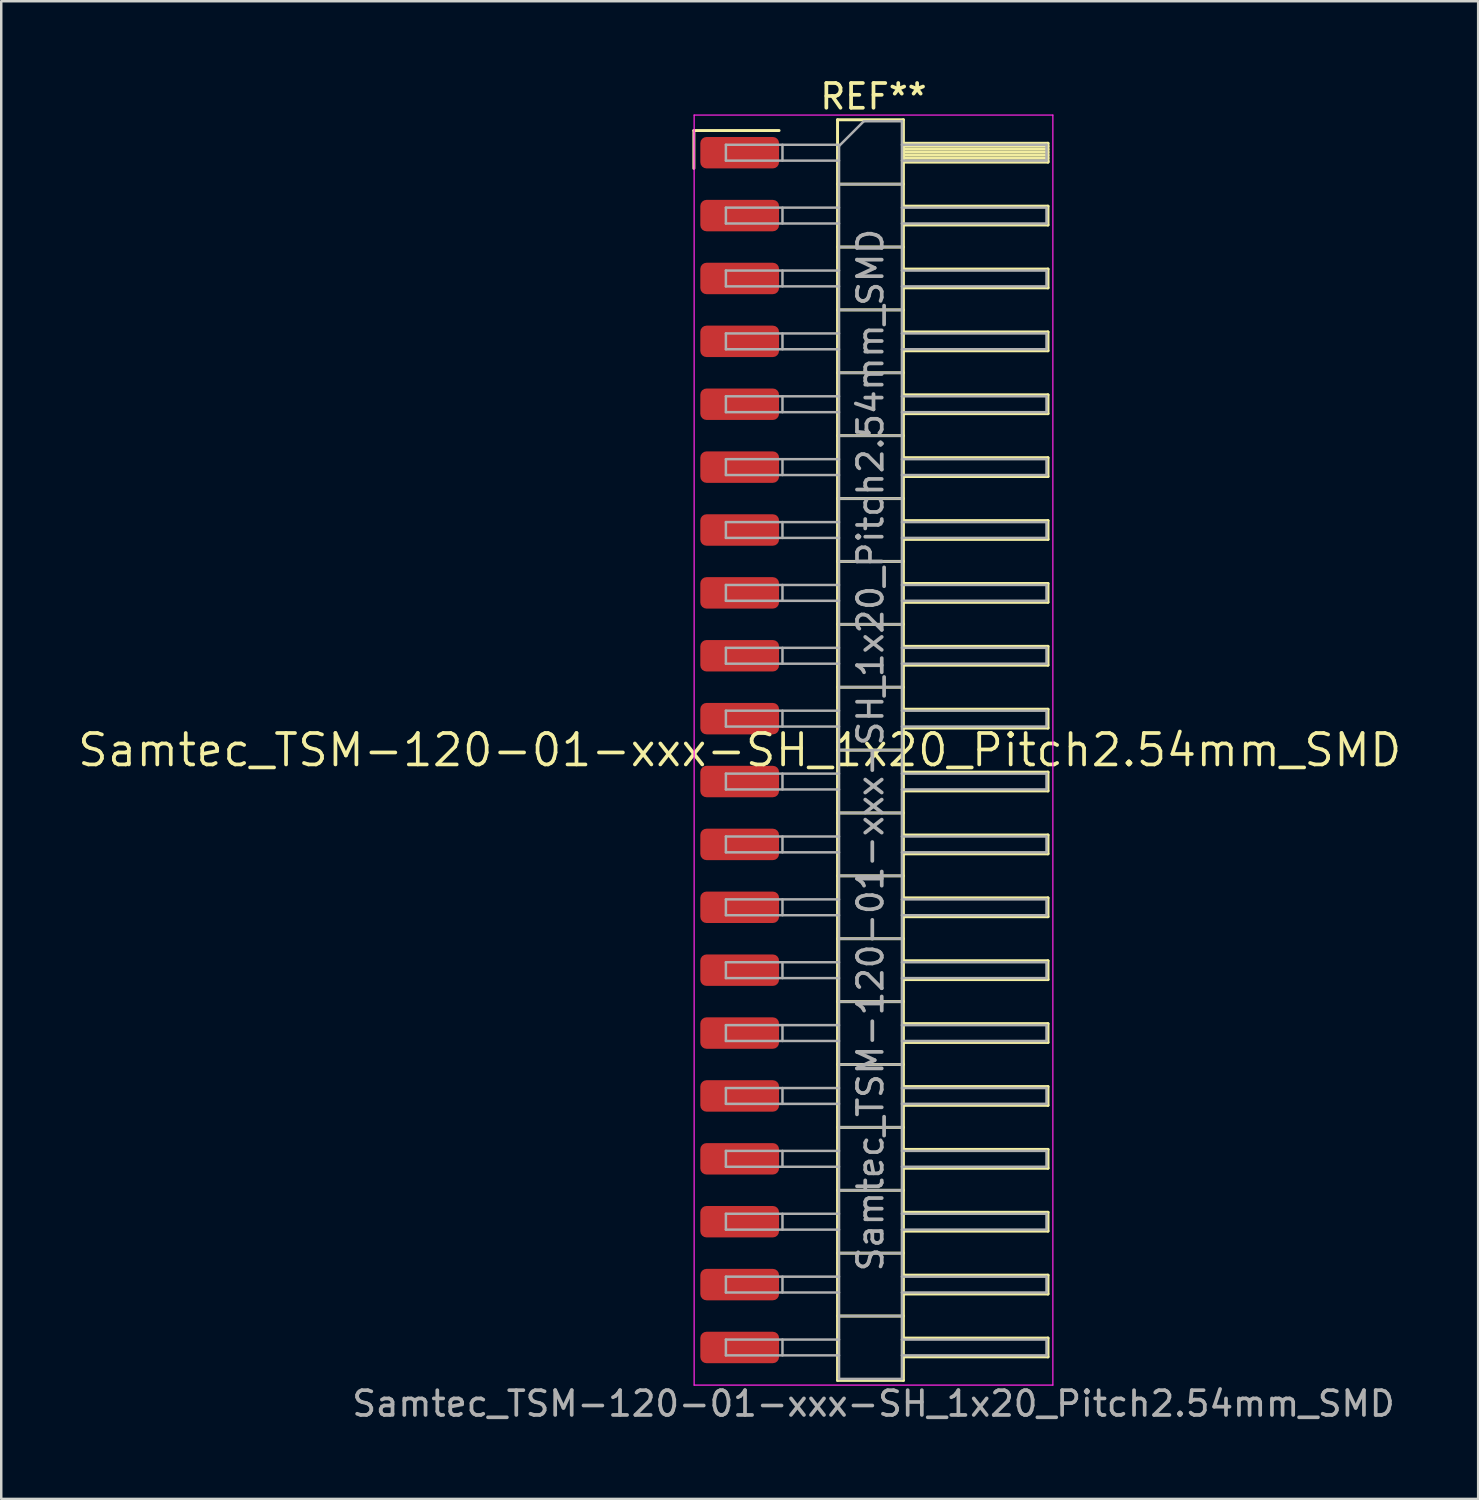
<source format=kicad_pcb>
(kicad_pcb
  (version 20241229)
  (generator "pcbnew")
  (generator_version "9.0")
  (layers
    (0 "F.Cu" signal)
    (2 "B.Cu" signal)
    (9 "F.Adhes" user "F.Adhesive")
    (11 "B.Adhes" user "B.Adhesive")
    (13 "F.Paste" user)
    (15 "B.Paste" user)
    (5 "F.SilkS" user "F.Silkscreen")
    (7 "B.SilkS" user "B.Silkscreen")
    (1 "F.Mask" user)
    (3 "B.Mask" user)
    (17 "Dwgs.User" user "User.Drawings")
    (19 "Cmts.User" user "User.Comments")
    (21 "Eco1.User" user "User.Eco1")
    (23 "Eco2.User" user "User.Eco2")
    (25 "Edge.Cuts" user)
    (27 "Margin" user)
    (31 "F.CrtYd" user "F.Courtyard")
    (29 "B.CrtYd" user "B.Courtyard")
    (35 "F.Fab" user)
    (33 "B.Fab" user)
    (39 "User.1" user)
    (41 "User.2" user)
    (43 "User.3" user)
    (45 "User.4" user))
  (footprint "Samtec_TSM-120-01-xxx-SH_1x20_Pitch2.54mm_SMD"
    (layer "F.Cu")
    (at 26.828 27.248)
    (property "Reference" "Samtec_TSM-120-01-xxx-SH_1x20_Pitch2.54mm_SMD" (at 0 0 0) (layer "F.SilkS") (effects (font (size 1.27 1.27) (thickness 0.15))))
    (attr smd)
    (fp_line (start -1.85 -25.025) (end 1.59 -25.025) (stroke (width 0.12) (type solid)) (layer "F.SilkS"))
    (fp_line (start -1.85 -23.495) (end -1.85 -25.025) (stroke (width 0.12) (type solid)) (layer "F.SilkS"))
    (fp_line (start 3.953 -25.46) (end 6.613 -25.46) (stroke (width 0.12) (type solid)) (layer "F.SilkS"))
    (fp_line (start 3.953 -22.86) (end 6.613 -22.86) (stroke (width 0.12) (type solid)) (layer "F.SilkS"))
    (fp_line (start 3.953 -20.32) (end 6.613 -20.32) (stroke (width 0.12) (type solid)) (layer "F.SilkS"))
    (fp_line (start 3.953 -17.78) (end 6.613 -17.78) (stroke (width 0.12) (type solid)) (layer "F.SilkS"))
    (fp_line (start 3.953 -15.24) (end 6.613 -15.24) (stroke (width 0.12) (type solid)) (layer "F.SilkS"))
    (fp_line (start 3.953 -12.7) (end 6.613 -12.7) (stroke (width 0.12) (type solid)) (layer "F.SilkS"))
    (fp_line (start 3.953 -10.16) (end 6.613 -10.16) (stroke (width 0.12) (type solid)) (layer "F.SilkS"))
    (fp_line (start 3.953 -7.62) (end 6.613 -7.62) (stroke (width 0.12) (type solid)) (layer "F.SilkS"))
    (fp_line (start 3.953 -5.08) (end 6.613 -5.08) (stroke (width 0.12) (type solid)) (layer "F.SilkS"))
    (fp_line (start 3.953 -2.54) (end 6.613 -2.54) (stroke (width 0.12) (type solid)) (layer "F.SilkS"))
    (fp_line (start 3.953 0) (end 6.613 0) (stroke (width 0.12) (type solid)) (layer "F.SilkS"))
    (fp_line (start 3.953 2.54) (end 6.613 2.54) (stroke (width 0.12) (type solid)) (layer "F.SilkS"))
    (fp_line (start 3.953 5.08) (end 6.613 5.08) (stroke (width 0.12) (type solid)) (layer "F.SilkS"))
    (fp_line (start 3.953 7.62) (end 6.613 7.62) (stroke (width 0.12) (type solid)) (layer "F.SilkS"))
    (fp_line (start 3.953 10.16) (end 6.613 10.16) (stroke (width 0.12) (type solid)) (layer "F.SilkS"))
    (fp_line (start 3.953 12.7) (end 6.613 12.7) (stroke (width 0.12) (type solid)) (layer "F.SilkS"))
    (fp_line (start 3.953 15.24) (end 6.613 15.24) (stroke (width 0.12) (type solid)) (layer "F.SilkS"))
    (fp_line (start 3.953 17.78) (end 6.613 17.78) (stroke (width 0.12) (type solid)) (layer "F.SilkS"))
    (fp_line (start 3.953 20.32) (end 6.613 20.32) (stroke (width 0.12) (type solid)) (layer "F.SilkS"))
    (fp_line (start 3.953 22.86) (end 6.613 22.86) (stroke (width 0.12) (type solid)) (layer "F.SilkS"))
    (fp_line (start 3.953 25.46) (end 3.953 -25.46) (stroke (width 0.12) (type solid)) (layer "F.SilkS"))
    (fp_line (start 6.613 -25.46) (end 6.613 25.46) (stroke (width 0.12) (type solid)) (layer "F.SilkS"))
    (fp_line (start 6.613 -24.51) (end 12.453 -24.51) (stroke (width 0.12) (type solid)) (layer "F.SilkS"))
    (fp_line (start 6.613 -24.39) (end 12.453 -24.39) (stroke (width 0.12) (type solid)) (layer "F.SilkS"))
    (fp_line (start 6.613 -24.27) (end 12.453 -24.27) (stroke (width 0.12) (type solid)) (layer "F.SilkS"))
    (fp_line (start 6.613 -24.15) (end 12.453 -24.15) (stroke (width 0.12) (type solid)) (layer "F.SilkS"))
    (fp_line (start 6.613 -24.03) (end 12.453 -24.03) (stroke (width 0.12) (type solid)) (layer "F.SilkS"))
    (fp_line (start 6.613 -23.91) (end 12.453 -23.91) (stroke (width 0.12) (type solid)) (layer "F.SilkS"))
    (fp_line (start 6.613 -23.79) (end 12.453 -23.79) (stroke (width 0.12) (type solid)) (layer "F.SilkS"))
    (fp_line (start 6.613 -23.75) (end 12.453 -23.75) (stroke (width 0.12) (type solid)) (layer "F.SilkS"))
    (fp_line (start 6.613 -21.97) (end 12.453 -21.97) (stroke (width 0.12) (type solid)) (layer "F.SilkS"))
    (fp_line (start 6.613 -21.21) (end 12.453 -21.21) (stroke (width 0.12) (type solid)) (layer "F.SilkS"))
    (fp_line (start 6.613 -19.43) (end 12.453 -19.43) (stroke (width 0.12) (type solid)) (layer "F.SilkS"))
    (fp_line (start 6.613 -18.67) (end 12.453 -18.67) (stroke (width 0.12) (type solid)) (layer "F.SilkS"))
    (fp_line (start 6.613 -16.89) (end 12.453 -16.89) (stroke (width 0.12) (type solid)) (layer "F.SilkS"))
    (fp_line (start 6.613 -16.13) (end 12.453 -16.13) (stroke (width 0.12) (type solid)) (layer "F.SilkS"))
    (fp_line (start 6.613 -14.35) (end 12.453 -14.35) (stroke (width 0.12) (type solid)) (layer "F.SilkS"))
    (fp_line (start 6.613 -13.59) (end 12.453 -13.59) (stroke (width 0.12) (type solid)) (layer "F.SilkS"))
    (fp_line (start 6.613 -11.81) (end 12.453 -11.81) (stroke (width 0.12) (type solid)) (layer "F.SilkS"))
    (fp_line (start 6.613 -11.05) (end 12.453 -11.05) (stroke (width 0.12) (type solid)) (layer "F.SilkS"))
    (fp_line (start 6.613 -9.27) (end 12.453 -9.27) (stroke (width 0.12) (type solid)) (layer "F.SilkS"))
    (fp_line (start 6.613 -8.51) (end 12.453 -8.51) (stroke (width 0.12) (type solid)) (layer "F.SilkS"))
    (fp_line (start 6.613 -6.73) (end 12.453 -6.73) (stroke (width 0.12) (type solid)) (layer "F.SilkS"))
    (fp_line (start 6.613 -5.97) (end 12.453 -5.97) (stroke (width 0.12) (type solid)) (layer "F.SilkS"))
    (fp_line (start 6.613 -4.19) (end 12.453 -4.19) (stroke (width 0.12) (type solid)) (layer "F.SilkS"))
    (fp_line (start 6.613 -3.43) (end 12.453 -3.43) (stroke (width 0.12) (type solid)) (layer "F.SilkS"))
    (fp_line (start 6.613 -1.65) (end 12.453 -1.65) (stroke (width 0.12) (type solid)) (layer "F.SilkS"))
    (fp_line (start 6.613 -0.89) (end 12.453 -0.89) (stroke (width 0.12) (type solid)) (layer "F.SilkS"))
    (fp_line (start 6.613 0.89) (end 12.453 0.89) (stroke (width 0.12) (type solid)) (layer "F.SilkS"))
    (fp_line (start 6.613 1.65) (end 12.453 1.65) (stroke (width 0.12) (type solid)) (layer "F.SilkS"))
    (fp_line (start 6.613 3.43) (end 12.453 3.43) (stroke (width 0.12) (type solid)) (layer "F.SilkS"))
    (fp_line (start 6.613 4.19) (end 12.453 4.19) (stroke (width 0.12) (type solid)) (layer "F.SilkS"))
    (fp_line (start 6.613 5.97) (end 12.453 5.97) (stroke (width 0.12) (type solid)) (layer "F.SilkS"))
    (fp_line (start 6.613 6.73) (end 12.453 6.73) (stroke (width 0.12) (type solid)) (layer "F.SilkS"))
    (fp_line (start 6.613 8.51) (end 12.453 8.51) (stroke (width 0.12) (type solid)) (layer "F.SilkS"))
    (fp_line (start 6.613 9.27) (end 12.453 9.27) (stroke (width 0.12) (type solid)) (layer "F.SilkS"))
    (fp_line (start 6.613 11.05) (end 12.453 11.05) (stroke (width 0.12) (type solid)) (layer "F.SilkS"))
    (fp_line (start 6.613 11.81) (end 12.453 11.81) (stroke (width 0.12) (type solid)) (layer "F.SilkS"))
    (fp_line (start 6.613 13.59) (end 12.453 13.59) (stroke (width 0.12) (type solid)) (layer "F.SilkS"))
    (fp_line (start 6.613 14.35) (end 12.453 14.35) (stroke (width 0.12) (type solid)) (layer "F.SilkS"))
    (fp_line (start 6.613 16.13) (end 12.453 16.13) (stroke (width 0.12) (type solid)) (layer "F.SilkS"))
    (fp_line (start 6.613 16.89) (end 12.453 16.89) (stroke (width 0.12) (type solid)) (layer "F.SilkS"))
    (fp_line (start 6.613 18.67) (end 12.453 18.67) (stroke (width 0.12) (type solid)) (layer "F.SilkS"))
    (fp_line (start 6.613 19.43) (end 12.453 19.43) (stroke (width 0.12) (type solid)) (layer "F.SilkS"))
    (fp_line (start 6.613 21.21) (end 12.453 21.21) (stroke (width 0.12) (type solid)) (layer "F.SilkS"))
    (fp_line (start 6.613 21.97) (end 12.453 21.97) (stroke (width 0.12) (type solid)) (layer "F.SilkS"))
    (fp_line (start 6.613 23.75) (end 12.453 23.75) (stroke (width 0.12) (type solid)) (layer "F.SilkS"))
    (fp_line (start 6.613 24.51) (end 12.453 24.51) (stroke (width 0.12) (type solid)) (layer "F.SilkS"))
    (fp_line (start 6.613 25.46) (end 3.953 25.46) (stroke (width 0.12) (type solid)) (layer "F.SilkS"))
    (fp_line (start 12.453 -24.51) (end 12.453 -23.75) (stroke (width 0.12) (type solid)) (layer "F.SilkS"))
    (fp_line (start 12.453 -21.97) (end 12.453 -21.21) (stroke (width 0.12) (type solid)) (layer "F.SilkS"))
    (fp_line (start 12.453 -19.43) (end 12.453 -18.67) (stroke (width 0.12) (type solid)) (layer "F.SilkS"))
    (fp_line (start 12.453 -16.89) (end 12.453 -16.13) (stroke (width 0.12) (type solid)) (layer "F.SilkS"))
    (fp_line (start 12.453 -14.35) (end 12.453 -13.59) (stroke (width 0.12) (type solid)) (layer "F.SilkS"))
    (fp_line (start 12.453 -11.81) (end 12.453 -11.05) (stroke (width 0.12) (type solid)) (layer "F.SilkS"))
    (fp_line (start 12.453 -9.27) (end 12.453 -8.51) (stroke (width 0.12) (type solid)) (layer "F.SilkS"))
    (fp_line (start 12.453 -6.73) (end 12.453 -5.97) (stroke (width 0.12) (type solid)) (layer "F.SilkS"))
    (fp_line (start 12.453 -4.19) (end 12.453 -3.43) (stroke (width 0.12) (type solid)) (layer "F.SilkS"))
    (fp_line (start 12.453 -1.65) (end 12.453 -0.89) (stroke (width 0.12) (type solid)) (layer "F.SilkS"))
    (fp_line (start 12.453 0.89) (end 12.453 1.65) (stroke (width 0.12) (type solid)) (layer "F.SilkS"))
    (fp_line (start 12.453 3.43) (end 12.453 4.19) (stroke (width 0.12) (type solid)) (layer "F.SilkS"))
    (fp_line (start 12.453 5.97) (end 12.453 6.73) (stroke (width 0.12) (type solid)) (layer "F.SilkS"))
    (fp_line (start 12.453 8.51) (end 12.453 9.27) (stroke (width 0.12) (type solid)) (layer "F.SilkS"))
    (fp_line (start 12.453 11.05) (end 12.453 11.81) (stroke (width 0.12) (type solid)) (layer "F.SilkS"))
    (fp_line (start 12.453 13.59) (end 12.453 14.35) (stroke (width 0.12) (type solid)) (layer "F.SilkS"))
    (fp_line (start 12.453 16.13) (end 12.453 16.89) (stroke (width 0.12) (type solid)) (layer "F.SilkS"))
    (fp_line (start 12.453 18.67) (end 12.453 19.43) (stroke (width 0.12) (type solid)) (layer "F.SilkS"))
    (fp_line (start 12.453 21.21) (end 12.453 21.97) (stroke (width 0.12) (type solid)) (layer "F.SilkS"))
    (fp_line (start 12.453 23.75) (end 12.453 24.51) (stroke (width 0.12) (type solid)) (layer "F.SilkS"))
    (fp_line (start -1.84 -25.65) (end 12.65 -25.65) (stroke (width 0.05) (type solid)) (layer "F.CrtYd"))
    (fp_line (start -1.84 25.65) (end -1.84 -25.65) (stroke (width 0.05) (type solid)) (layer "F.CrtYd"))
    (fp_line (start 12.65 -25.65) (end 12.65 25.65) (stroke (width 0.05) (type solid)) (layer "F.CrtYd"))
    (fp_line (start 12.65 25.65) (end -1.84 25.65) (stroke (width 0.05) (type solid)) (layer "F.CrtYd"))
    (fp_line (start -0.557 -24.45) (end -0.557 -23.81) (stroke (width 0.1) (type solid)) (layer "F.Fab"))
    (fp_line (start -0.557 -24.45) (end 4.013 -24.45) (stroke (width 0.1) (type solid)) (layer "F.Fab"))
    (fp_line (start -0.557 -23.81) (end 4.013 -23.81) (stroke (width 0.1) (type solid)) (layer "F.Fab"))
    (fp_line (start -0.557 -21.91) (end -0.557 -21.27) (stroke (width 0.1) (type solid)) (layer "F.Fab"))
    (fp_line (start -0.557 -21.91) (end 4.013 -21.91) (stroke (width 0.1) (type solid)) (layer "F.Fab"))
    (fp_line (start -0.557 -21.27) (end 4.013 -21.27) (stroke (width 0.1) (type solid)) (layer "F.Fab"))
    (fp_line (start -0.557 -19.37) (end -0.557 -18.73) (stroke (width 0.1) (type solid)) (layer "F.Fab"))
    (fp_line (start -0.557 -19.37) (end 4.013 -19.37) (stroke (width 0.1) (type solid)) (layer "F.Fab"))
    (fp_line (start -0.557 -18.73) (end 4.013 -18.73) (stroke (width 0.1) (type solid)) (layer "F.Fab"))
    (fp_line (start -0.557 -16.83) (end -0.557 -16.19) (stroke (width 0.1) (type solid)) (layer "F.Fab"))
    (fp_line (start -0.557 -16.83) (end 4.013 -16.83) (stroke (width 0.1) (type solid)) (layer "F.Fab"))
    (fp_line (start -0.557 -16.19) (end 4.013 -16.19) (stroke (width 0.1) (type solid)) (layer "F.Fab"))
    (fp_line (start -0.557 -14.29) (end -0.557 -13.65) (stroke (width 0.1) (type solid)) (layer "F.Fab"))
    (fp_line (start -0.557 -14.29) (end 4.013 -14.29) (stroke (width 0.1) (type solid)) (layer "F.Fab"))
    (fp_line (start -0.557 -13.65) (end 4.013 -13.65) (stroke (width 0.1) (type solid)) (layer "F.Fab"))
    (fp_line (start -0.557 -11.75) (end -0.557 -11.11) (stroke (width 0.1) (type solid)) (layer "F.Fab"))
    (fp_line (start -0.557 -11.75) (end 4.013 -11.75) (stroke (width 0.1) (type solid)) (layer "F.Fab"))
    (fp_line (start -0.557 -11.11) (end 4.013 -11.11) (stroke (width 0.1) (type solid)) (layer "F.Fab"))
    (fp_line (start -0.557 -9.21) (end -0.557 -8.57) (stroke (width 0.1) (type solid)) (layer "F.Fab"))
    (fp_line (start -0.557 -9.21) (end 4.013 -9.21) (stroke (width 0.1) (type solid)) (layer "F.Fab"))
    (fp_line (start -0.557 -8.57) (end 4.013 -8.57) (stroke (width 0.1) (type solid)) (layer "F.Fab"))
    (fp_line (start -0.557 -6.67) (end -0.557 -6.03) (stroke (width 0.1) (type solid)) (layer "F.Fab"))
    (fp_line (start -0.557 -6.67) (end 4.013 -6.67) (stroke (width 0.1) (type solid)) (layer "F.Fab"))
    (fp_line (start -0.557 -6.03) (end 4.013 -6.03) (stroke (width 0.1) (type solid)) (layer "F.Fab"))
    (fp_line (start -0.557 -4.13) (end -0.557 -3.49) (stroke (width 0.1) (type solid)) (layer "F.Fab"))
    (fp_line (start -0.557 -4.13) (end 4.013 -4.13) (stroke (width 0.1) (type solid)) (layer "F.Fab"))
    (fp_line (start -0.557 -3.49) (end 4.013 -3.49) (stroke (width 0.1) (type solid)) (layer "F.Fab"))
    (fp_line (start -0.557 -1.59) (end -0.557 -0.95) (stroke (width 0.1) (type solid)) (layer "F.Fab"))
    (fp_line (start -0.557 -1.59) (end 4.013 -1.59) (stroke (width 0.1) (type solid)) (layer "F.Fab"))
    (fp_line (start -0.557 -0.95) (end 4.013 -0.95) (stroke (width 0.1) (type solid)) (layer "F.Fab"))
    (fp_line (start -0.557 0.95) (end -0.557 1.59) (stroke (width 0.1) (type solid)) (layer "F.Fab"))
    (fp_line (start -0.557 0.95) (end 4.013 0.95) (stroke (width 0.1) (type solid)) (layer "F.Fab"))
    (fp_line (start -0.557 1.59) (end 4.013 1.59) (stroke (width 0.1) (type solid)) (layer "F.Fab"))
    (fp_line (start -0.557 3.49) (end -0.557 4.13) (stroke (width 0.1) (type solid)) (layer "F.Fab"))
    (fp_line (start -0.557 3.49) (end 4.013 3.49) (stroke (width 0.1) (type solid)) (layer "F.Fab"))
    (fp_line (start -0.557 4.13) (end 4.013 4.13) (stroke (width 0.1) (type solid)) (layer "F.Fab"))
    (fp_line (start -0.557 6.03) (end -0.557 6.67) (stroke (width 0.1) (type solid)) (layer "F.Fab"))
    (fp_line (start -0.557 6.03) (end 4.013 6.03) (stroke (width 0.1) (type solid)) (layer "F.Fab"))
    (fp_line (start -0.557 6.67) (end 4.013 6.67) (stroke (width 0.1) (type solid)) (layer "F.Fab"))
    (fp_line (start -0.557 8.57) (end -0.557 9.21) (stroke (width 0.1) (type solid)) (layer "F.Fab"))
    (fp_line (start -0.557 8.57) (end 4.013 8.57) (stroke (width 0.1) (type solid)) (layer "F.Fab"))
    (fp_line (start -0.557 9.21) (end 4.013 9.21) (stroke (width 0.1) (type solid)) (layer "F.Fab"))
    (fp_line (start -0.557 11.11) (end -0.557 11.75) (stroke (width 0.1) (type solid)) (layer "F.Fab"))
    (fp_line (start -0.557 11.11) (end 4.013 11.11) (stroke (width 0.1) (type solid)) (layer "F.Fab"))
    (fp_line (start -0.557 11.75) (end 4.013 11.75) (stroke (width 0.1) (type solid)) (layer "F.Fab"))
    (fp_line (start -0.557 13.65) (end -0.557 14.29) (stroke (width 0.1) (type solid)) (layer "F.Fab"))
    (fp_line (start -0.557 13.65) (end 4.013 13.65) (stroke (width 0.1) (type solid)) (layer "F.Fab"))
    (fp_line (start -0.557 14.29) (end 4.013 14.29) (stroke (width 0.1) (type solid)) (layer "F.Fab"))
    (fp_line (start -0.557 16.19) (end -0.557 16.83) (stroke (width 0.1) (type solid)) (layer "F.Fab"))
    (fp_line (start -0.557 16.19) (end 4.013 16.19) (stroke (width 0.1) (type solid)) (layer "F.Fab"))
    (fp_line (start -0.557 16.83) (end 4.013 16.83) (stroke (width 0.1) (type solid)) (layer "F.Fab"))
    (fp_line (start -0.557 18.73) (end -0.557 19.37) (stroke (width 0.1) (type solid)) (layer "F.Fab"))
    (fp_line (start -0.557 18.73) (end 4.013 18.73) (stroke (width 0.1) (type solid)) (layer "F.Fab"))
    (fp_line (start -0.557 19.37) (end 4.013 19.37) (stroke (width 0.1) (type solid)) (layer "F.Fab"))
    (fp_line (start -0.557 21.27) (end -0.557 21.91) (stroke (width 0.1) (type solid)) (layer "F.Fab"))
    (fp_line (start -0.557 21.27) (end 4.013 21.27) (stroke (width 0.1) (type solid)) (layer "F.Fab"))
    (fp_line (start -0.557 21.91) (end 4.013 21.91) (stroke (width 0.1) (type solid)) (layer "F.Fab"))
    (fp_line (start -0.557 23.81) (end -0.557 24.45) (stroke (width 0.1) (type solid)) (layer "F.Fab"))
    (fp_line (start -0.557 23.81) (end 4.013 23.81) (stroke (width 0.1) (type solid)) (layer "F.Fab"))
    (fp_line (start -0.557 24.45) (end 4.013 24.45) (stroke (width 0.1) (type solid)) (layer "F.Fab"))
    (fp_line (start 1.728 -24.45) (end 1.728 -23.81) (stroke (width 0.1) (type solid)) (layer "F.Fab"))
    (fp_line (start 1.728 -21.91) (end 1.728 -21.27) (stroke (width 0.1) (type solid)) (layer "F.Fab"))
    (fp_line (start 1.728 -19.37) (end 1.728 -18.73) (stroke (width 0.1) (type solid)) (layer "F.Fab"))
    (fp_line (start 1.728 -16.83) (end 1.728 -16.19) (stroke (width 0.1) (type solid)) (layer "F.Fab"))
    (fp_line (start 1.728 -14.29) (end 1.728 -13.65) (stroke (width 0.1) (type solid)) (layer "F.Fab"))
    (fp_line (start 1.728 -11.75) (end 1.728 -11.11) (stroke (width 0.1) (type solid)) (layer "F.Fab"))
    (fp_line (start 1.728 -9.21) (end 1.728 -8.57) (stroke (width 0.1) (type solid)) (layer "F.Fab"))
    (fp_line (start 1.728 -6.67) (end 1.728 -6.03) (stroke (width 0.1) (type solid)) (layer "F.Fab"))
    (fp_line (start 1.728 -4.13) (end 1.728 -3.49) (stroke (width 0.1) (type solid)) (layer "F.Fab"))
    (fp_line (start 1.728 -1.59) (end 1.728 -0.95) (stroke (width 0.1) (type solid)) (layer "F.Fab"))
    (fp_line (start 1.728 0.95) (end 1.728 1.59) (stroke (width 0.1) (type solid)) (layer "F.Fab"))
    (fp_line (start 1.728 3.49) (end 1.728 4.13) (stroke (width 0.1) (type solid)) (layer "F.Fab"))
    (fp_line (start 1.728 6.03) (end 1.728 6.67) (stroke (width 0.1) (type solid)) (layer "F.Fab"))
    (fp_line (start 1.728 8.57) (end 1.728 9.21) (stroke (width 0.1) (type solid)) (layer "F.Fab"))
    (fp_line (start 1.728 11.11) (end 1.728 11.75) (stroke (width 0.1) (type solid)) (layer "F.Fab"))
    (fp_line (start 1.728 13.65) (end 1.728 14.29) (stroke (width 0.1) (type solid)) (layer "F.Fab"))
    (fp_line (start 1.728 16.19) (end 1.728 16.83) (stroke (width 0.1) (type solid)) (layer "F.Fab"))
    (fp_line (start 1.728 18.73) (end 1.728 19.37) (stroke (width 0.1) (type solid)) (layer "F.Fab"))
    (fp_line (start 1.728 21.27) (end 1.728 21.91) (stroke (width 0.1) (type solid)) (layer "F.Fab"))
    (fp_line (start 1.728 23.81) (end 1.728 24.45) (stroke (width 0.1) (type solid)) (layer "F.Fab"))
    (fp_line (start 4.013 -24.4) (end 5.013 -25.4) (stroke (width 0.1) (type solid)) (layer "F.Fab"))
    (fp_line (start 4.013 -22.86) (end 6.553 -22.86) (stroke (width 0.1) (type solid)) (layer "F.Fab"))
    (fp_line (start 4.013 -20.32) (end 6.553 -20.32) (stroke (width 0.1) (type solid)) (layer "F.Fab"))
    (fp_line (start 4.013 -17.78) (end 6.553 -17.78) (stroke (width 0.1) (type solid)) (layer "F.Fab"))
    (fp_line (start 4.013 -15.24) (end 6.553 -15.24) (stroke (width 0.1) (type solid)) (layer "F.Fab"))
    (fp_line (start 4.013 -12.7) (end 6.553 -12.7) (stroke (width 0.1) (type solid)) (layer "F.Fab"))
    (fp_line (start 4.013 -10.16) (end 6.553 -10.16) (stroke (width 0.1) (type solid)) (layer "F.Fab"))
    (fp_line (start 4.013 -7.62) (end 6.553 -7.62) (stroke (width 0.1) (type solid)) (layer "F.Fab"))
    (fp_line (start 4.013 -5.08) (end 6.553 -5.08) (stroke (width 0.1) (type solid)) (layer "F.Fab"))
    (fp_line (start 4.013 -2.54) (end 6.553 -2.54) (stroke (width 0.1) (type solid)) (layer "F.Fab"))
    (fp_line (start 4.013 0) (end 6.553 0) (stroke (width 0.1) (type solid)) (layer "F.Fab"))
    (fp_line (start 4.013 2.54) (end 6.553 2.54) (stroke (width 0.1) (type solid)) (layer "F.Fab"))
    (fp_line (start 4.013 5.08) (end 6.553 5.08) (stroke (width 0.1) (type solid)) (layer "F.Fab"))
    (fp_line (start 4.013 7.62) (end 6.553 7.62) (stroke (width 0.1) (type solid)) (layer "F.Fab"))
    (fp_line (start 4.013 10.16) (end 6.553 10.16) (stroke (width 0.1) (type solid)) (layer "F.Fab"))
    (fp_line (start 4.013 12.7) (end 6.553 12.7) (stroke (width 0.1) (type solid)) (layer "F.Fab"))
    (fp_line (start 4.013 15.24) (end 6.553 15.24) (stroke (width 0.1) (type solid)) (layer "F.Fab"))
    (fp_line (start 4.013 17.78) (end 6.553 17.78) (stroke (width 0.1) (type solid)) (layer "F.Fab"))
    (fp_line (start 4.013 20.32) (end 6.553 20.32) (stroke (width 0.1) (type solid)) (layer "F.Fab"))
    (fp_line (start 4.013 22.86) (end 6.553 22.86) (stroke (width 0.1) (type solid)) (layer "F.Fab"))
    (fp_line (start 4.013 25.4) (end 4.013 -24.4) (stroke (width 0.1) (type solid)) (layer "F.Fab"))
    (fp_line (start 5.013 -25.4) (end 6.553 -25.4) (stroke (width 0.1) (type solid)) (layer "F.Fab"))
    (fp_line (start 6.553 -25.4) (end 6.553 25.4) (stroke (width 0.1) (type solid)) (layer "F.Fab"))
    (fp_line (start 6.553 -24.45) (end 12.393 -24.45) (stroke (width 0.1) (type solid)) (layer "F.Fab"))
    (fp_line (start 6.553 -23.81) (end 12.393 -23.81) (stroke (width 0.1) (type solid)) (layer "F.Fab"))
    (fp_line (start 6.553 -21.91) (end 12.393 -21.91) (stroke (width 0.1) (type solid)) (layer "F.Fab"))
    (fp_line (start 6.553 -21.27) (end 12.393 -21.27) (stroke (width 0.1) (type solid)) (layer "F.Fab"))
    (fp_line (start 6.553 -19.37) (end 12.393 -19.37) (stroke (width 0.1) (type solid)) (layer "F.Fab"))
    (fp_line (start 6.553 -18.73) (end 12.393 -18.73) (stroke (width 0.1) (type solid)) (layer "F.Fab"))
    (fp_line (start 6.553 -16.83) (end 12.393 -16.83) (stroke (width 0.1) (type solid)) (layer "F.Fab"))
    (fp_line (start 6.553 -16.19) (end 12.393 -16.19) (stroke (width 0.1) (type solid)) (layer "F.Fab"))
    (fp_line (start 6.553 -14.29) (end 12.393 -14.29) (stroke (width 0.1) (type solid)) (layer "F.Fab"))
    (fp_line (start 6.553 -13.65) (end 12.393 -13.65) (stroke (width 0.1) (type solid)) (layer "F.Fab"))
    (fp_line (start 6.553 -11.75) (end 12.393 -11.75) (stroke (width 0.1) (type solid)) (layer "F.Fab"))
    (fp_line (start 6.553 -11.11) (end 12.393 -11.11) (stroke (width 0.1) (type solid)) (layer "F.Fab"))
    (fp_line (start 6.553 -9.21) (end 12.393 -9.21) (stroke (width 0.1) (type solid)) (layer "F.Fab"))
    (fp_line (start 6.553 -8.57) (end 12.393 -8.57) (stroke (width 0.1) (type solid)) (layer "F.Fab"))
    (fp_line (start 6.553 -6.67) (end 12.393 -6.67) (stroke (width 0.1) (type solid)) (layer "F.Fab"))
    (fp_line (start 6.553 -6.03) (end 12.393 -6.03) (stroke (width 0.1) (type solid)) (layer "F.Fab"))
    (fp_line (start 6.553 -4.13) (end 12.393 -4.13) (stroke (width 0.1) (type solid)) (layer "F.Fab"))
    (fp_line (start 6.553 -3.49) (end 12.393 -3.49) (stroke (width 0.1) (type solid)) (layer "F.Fab"))
    (fp_line (start 6.553 -1.59) (end 12.393 -1.59) (stroke (width 0.1) (type solid)) (layer "F.Fab"))
    (fp_line (start 6.553 -0.95) (end 12.393 -0.95) (stroke (width 0.1) (type solid)) (layer "F.Fab"))
    (fp_line (start 6.553 0.95) (end 12.393 0.95) (stroke (width 0.1) (type solid)) (layer "F.Fab"))
    (fp_line (start 6.553 1.59) (end 12.393 1.59) (stroke (width 0.1) (type solid)) (layer "F.Fab"))
    (fp_line (start 6.553 3.49) (end 12.393 3.49) (stroke (width 0.1) (type solid)) (layer "F.Fab"))
    (fp_line (start 6.553 4.13) (end 12.393 4.13) (stroke (width 0.1) (type solid)) (layer "F.Fab"))
    (fp_line (start 6.553 6.03) (end 12.393 6.03) (stroke (width 0.1) (type solid)) (layer "F.Fab"))
    (fp_line (start 6.553 6.67) (end 12.393 6.67) (stroke (width 0.1) (type solid)) (layer "F.Fab"))
    (fp_line (start 6.553 8.57) (end 12.393 8.57) (stroke (width 0.1) (type solid)) (layer "F.Fab"))
    (fp_line (start 6.553 9.21) (end 12.393 9.21) (stroke (width 0.1) (type solid)) (layer "F.Fab"))
    (fp_line (start 6.553 11.11) (end 12.393 11.11) (stroke (width 0.1) (type solid)) (layer "F.Fab"))
    (fp_line (start 6.553 11.75) (end 12.393 11.75) (stroke (width 0.1) (type solid)) (layer "F.Fab"))
    (fp_line (start 6.553 13.65) (end 12.393 13.65) (stroke (width 0.1) (type solid)) (layer "F.Fab"))
    (fp_line (start 6.553 14.29) (end 12.393 14.29) (stroke (width 0.1) (type solid)) (layer "F.Fab"))
    (fp_line (start 6.553 16.19) (end 12.393 16.19) (stroke (width 0.1) (type solid)) (layer "F.Fab"))
    (fp_line (start 6.553 16.83) (end 12.393 16.83) (stroke (width 0.1) (type solid)) (layer "F.Fab"))
    (fp_line (start 6.553 18.73) (end 12.393 18.73) (stroke (width 0.1) (type solid)) (layer "F.Fab"))
    (fp_line (start 6.553 19.37) (end 12.393 19.37) (stroke (width 0.1) (type solid)) (layer "F.Fab"))
    (fp_line (start 6.553 21.27) (end 12.393 21.27) (stroke (width 0.1) (type solid)) (layer "F.Fab"))
    (fp_line (start 6.553 21.91) (end 12.393 21.91) (stroke (width 0.1) (type solid)) (layer "F.Fab"))
    (fp_line (start 6.553 23.81) (end 12.393 23.81) (stroke (width 0.1) (type solid)) (layer "F.Fab"))
    (fp_line (start 6.553 24.45) (end 12.393 24.45) (stroke (width 0.1) (type solid)) (layer "F.Fab"))
    (fp_line (start 6.553 25.4) (end 4.013 25.4) (stroke (width 0.1) (type solid)) (layer "F.Fab"))
    (fp_line (start 12.393 -24.45) (end 12.393 -23.81) (stroke (width 0.1) (type solid)) (layer "F.Fab"))
    (fp_line (start 12.393 -21.91) (end 12.393 -21.27) (stroke (width 0.1) (type solid)) (layer "F.Fab"))
    (fp_line (start 12.393 -19.37) (end 12.393 -18.73) (stroke (width 0.1) (type solid)) (layer "F.Fab"))
    (fp_line (start 12.393 -16.83) (end 12.393 -16.19) (stroke (width 0.1) (type solid)) (layer "F.Fab"))
    (fp_line (start 12.393 -14.29) (end 12.393 -13.65) (stroke (width 0.1) (type solid)) (layer "F.Fab"))
    (fp_line (start 12.393 -11.75) (end 12.393 -11.11) (stroke (width 0.1) (type solid)) (layer "F.Fab"))
    (fp_line (start 12.393 -9.21) (end 12.393 -8.57) (stroke (width 0.1) (type solid)) (layer "F.Fab"))
    (fp_line (start 12.393 -6.67) (end 12.393 -6.03) (stroke (width 0.1) (type solid)) (layer "F.Fab"))
    (fp_line (start 12.393 -4.13) (end 12.393 -3.49) (stroke (width 0.1) (type solid)) (layer "F.Fab"))
    (fp_line (start 12.393 -1.59) (end 12.393 -0.95) (stroke (width 0.1) (type solid)) (layer "F.Fab"))
    (fp_line (start 12.393 0.95) (end 12.393 1.59) (stroke (width 0.1) (type solid)) (layer "F.Fab"))
    (fp_line (start 12.393 3.49) (end 12.393 4.13) (stroke (width 0.1) (type solid)) (layer "F.Fab"))
    (fp_line (start 12.393 6.03) (end 12.393 6.67) (stroke (width 0.1) (type solid)) (layer "F.Fab"))
    (fp_line (start 12.393 8.57) (end 12.393 9.21) (stroke (width 0.1) (type solid)) (layer "F.Fab"))
    (fp_line (start 12.393 11.11) (end 12.393 11.75) (stroke (width 0.1) (type solid)) (layer "F.Fab"))
    (fp_line (start 12.393 13.65) (end 12.393 14.29) (stroke (width 0.1) (type solid)) (layer "F.Fab"))
    (fp_line (start 12.393 16.19) (end 12.393 16.83) (stroke (width 0.1) (type solid)) (layer "F.Fab"))
    (fp_line (start 12.393 18.73) (end 12.393 19.37) (stroke (width 0.1) (type solid)) (layer "F.Fab"))
    (fp_line (start 12.393 21.27) (end 12.393 21.91) (stroke (width 0.1) (type solid)) (layer "F.Fab"))
    (fp_line (start 12.393 23.81) (end 12.393 24.45) (stroke (width 0.1) (type solid)) (layer "F.Fab"))
    (fp_text user "REF**" (at 5.405 -26.4 0) (layer "F.SilkS") (effects (font (size 1 1) (thickness 0.15))))
    (fp_text user "Samtec_TSM-120-01-xxx-SH_1x20_Pitch2.54mm_SMD" (at 5.405 26.4 0) (layer "F.Fab") (effects (font (size 1 1) (thickness 0.15))))
    (fp_text user "${REFERENCE}" (at 5.283 0 90) (layer "F.Fab") (effects (font (size 1 1) (thickness 0.15))))
    (pad "1" smd roundrect (at 0 -24.13) (size 3.18 1.27) (layers "F.Cu" "F.Mask" "F.Paste") (roundrect_rratio 0.197))
    (pad "2" smd roundrect (at 0 -21.59) (size 3.18 1.27) (layers "F.Cu" "F.Mask" "F.Paste") (roundrect_rratio 0.197))
    (pad "3" smd roundrect (at 0 -19.05) (size 3.18 1.27) (layers "F.Cu" "F.Mask" "F.Paste") (roundrect_rratio 0.197))
    (pad "4" smd roundrect (at 0 -16.51) (size 3.18 1.27) (layers "F.Cu" "F.Mask" "F.Paste") (roundrect_rratio 0.197))
    (pad "5" smd roundrect (at 0 -13.97) (size 3.18 1.27) (layers "F.Cu" "F.Mask" "F.Paste") (roundrect_rratio 0.197))
    (pad "6" smd roundrect (at 0 -11.43) (size 3.18 1.27) (layers "F.Cu" "F.Mask" "F.Paste") (roundrect_rratio 0.197))
    (pad "7" smd roundrect (at 0 -8.89) (size 3.18 1.27) (layers "F.Cu" "F.Mask" "F.Paste") (roundrect_rratio 0.197))
    (pad "8" smd roundrect (at 0 -6.35) (size 3.18 1.27) (layers "F.Cu" "F.Mask" "F.Paste") (roundrect_rratio 0.197))
    (pad "9" smd roundrect (at 0 -3.81) (size 3.18 1.27) (layers "F.Cu" "F.Mask" "F.Paste") (roundrect_rratio 0.197))
    (pad "10" smd roundrect (at 0 -1.27) (size 3.18 1.27) (layers "F.Cu" "F.Mask" "F.Paste") (roundrect_rratio 0.197))
    (pad "11" smd roundrect (at 0 1.27) (size 3.18 1.27) (layers "F.Cu" "F.Mask" "F.Paste") (roundrect_rratio 0.197))
    (pad "12" smd roundrect (at 0 3.81) (size 3.18 1.27) (layers "F.Cu" "F.Mask" "F.Paste") (roundrect_rratio 0.197))
    (pad "13" smd roundrect (at 0 6.35) (size 3.18 1.27) (layers "F.Cu" "F.Mask" "F.Paste") (roundrect_rratio 0.197))
    (pad "14" smd roundrect (at 0 8.89) (size 3.18 1.27) (layers "F.Cu" "F.Mask" "F.Paste") (roundrect_rratio 0.197))
    (pad "15" smd roundrect (at 0 11.43) (size 3.18 1.27) (layers "F.Cu" "F.Mask" "F.Paste") (roundrect_rratio 0.197))
    (pad "16" smd roundrect (at 0 13.97) (size 3.18 1.27) (layers "F.Cu" "F.Mask" "F.Paste") (roundrect_rratio 0.197))
    (pad "17" smd roundrect (at 0 16.51) (size 3.18 1.27) (layers "F.Cu" "F.Mask" "F.Paste") (roundrect_rratio 0.197))
    (pad "18" smd roundrect (at 0 19.05) (size 3.18 1.27) (layers "F.Cu" "F.Mask" "F.Paste") (roundrect_rratio 0.197))
    (pad "19" smd roundrect (at 0 21.59) (size 3.18 1.27) (layers "F.Cu" "F.Mask" "F.Paste") (roundrect_rratio 0.197))
    (pad "20" smd roundrect (at 0 24.13) (size 3.18 1.27) (layers "F.Cu" "F.Mask" "F.Paste") (roundrect_rratio 0.197)))
  (gr_rect
    (start -3 -3)
    (end 56.657 57.496)
    (stroke (width 0.1) (type default))
    (fill no)
    (layer "Edge.Cuts")))
</source>
